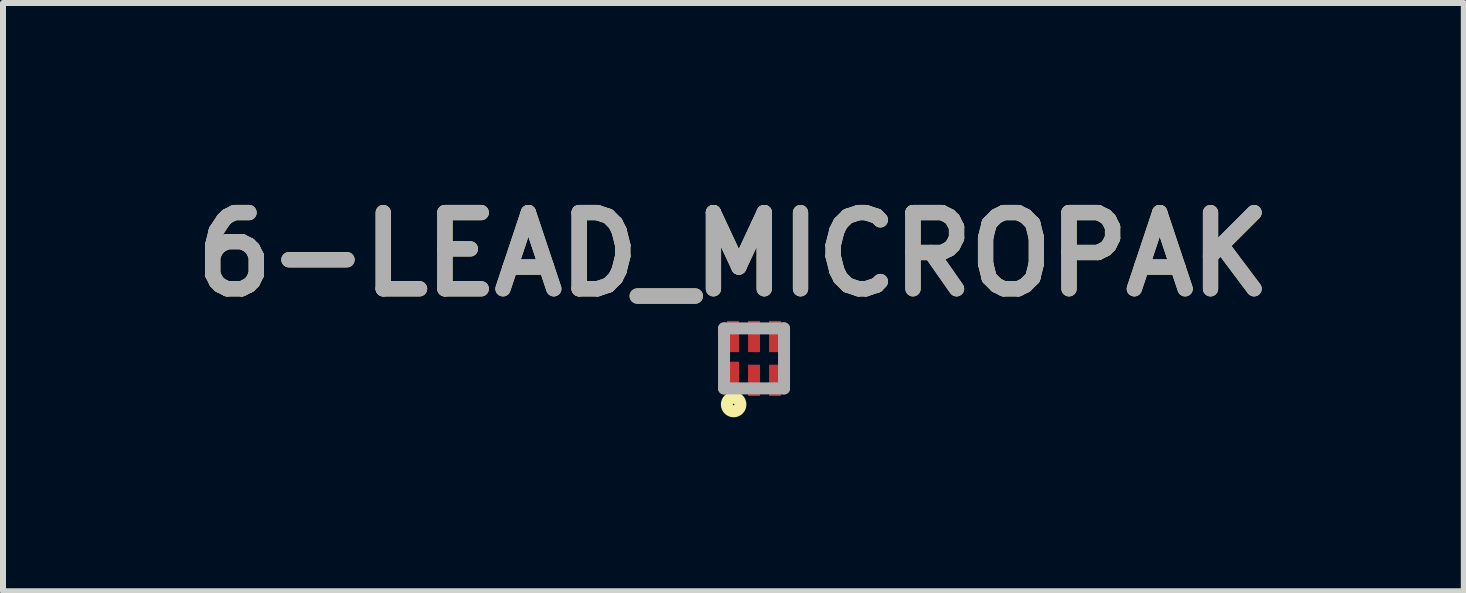
<source format=kicad_pcb>
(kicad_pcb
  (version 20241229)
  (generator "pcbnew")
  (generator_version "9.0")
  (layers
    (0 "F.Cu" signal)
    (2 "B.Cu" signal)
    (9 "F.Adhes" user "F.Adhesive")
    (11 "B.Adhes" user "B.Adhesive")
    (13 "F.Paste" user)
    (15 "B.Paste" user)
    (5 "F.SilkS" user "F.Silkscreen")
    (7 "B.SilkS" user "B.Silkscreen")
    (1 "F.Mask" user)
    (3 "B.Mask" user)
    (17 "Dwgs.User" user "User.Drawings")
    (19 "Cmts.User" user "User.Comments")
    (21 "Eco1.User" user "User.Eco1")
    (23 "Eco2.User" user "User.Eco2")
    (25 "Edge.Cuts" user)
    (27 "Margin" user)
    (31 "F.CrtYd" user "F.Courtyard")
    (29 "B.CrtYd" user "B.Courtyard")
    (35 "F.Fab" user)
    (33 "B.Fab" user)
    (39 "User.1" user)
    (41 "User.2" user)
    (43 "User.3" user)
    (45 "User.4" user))
  (footprint "6-LEAD_MICROPAK"
    (layer "F.Cu")
    (at 9.518 2.924)
    (property "Reference" "6-LEAD_MICROPAK" (at -0.344 -1.735 0) (layer "F.SilkS") (effects (font (size 1.27 1.27) (thickness 0.254))))
    (attr smd)
    (fp_circle (center -0.34 0.768) (end -0.34 0.781) (stroke (width 0.2) (type solid)) (fill no) (layer "F.SilkS"))
    (fp_line (start -0.5 -0.5) (end -0.5 0.5) (stroke (width 0.2) (type solid)) (layer "F.Fab"))
    (fp_line (start -0.5 0.5) (end 0.5 0.5) (stroke (width 0.2) (type solid)) (layer "F.Fab"))
    (fp_line (start 0.5 -0.5) (end -0.5 -0.5) (stroke (width 0.2) (type solid)) (layer "F.Fab"))
    (fp_line (start 0.5 0.5) (end 0.5 -0.5) (stroke (width 0.2) (type solid)) (layer "F.Fab"))
    (fp_text user "${REFERENCE}" (at -0.344 -1.735 0) (layer "F.Fab") (effects (font (size 1.27 1.27) (thickness 0.254))))
    (pad "1" smd rect (at -0.35 0.34) (size 0.2 0.57) (layers "F.Cu" "F.Mask" "F.Paste"))
    (pad "2" smd rect (at 0 0.365) (size 0.2 0.52) (layers "F.Cu" "F.Mask" "F.Paste"))
    (pad "3" smd rect (at 0.35 0.365) (size 0.2 0.52) (layers "F.Cu" "F.Mask" "F.Paste"))
    (pad "4" smd rect (at 0.35 -0.365) (size 0.2 0.52) (layers "F.Cu" "F.Mask" "F.Paste"))
    (pad "5" smd rect (at 0 -0.365) (size 0.2 0.52) (layers "F.Cu" "F.Mask" "F.Paste"))
    (pad "6" smd rect (at -0.35 -0.365) (size 0.2 0.52) (layers "F.Cu" "F.Mask" "F.Paste")))
  (gr_rect
    (start -3 -3)
    (end 21.348 6.805)
    (stroke (width 0.1) (type default))
    (fill no)
    (layer "Edge.Cuts")))
</source>
